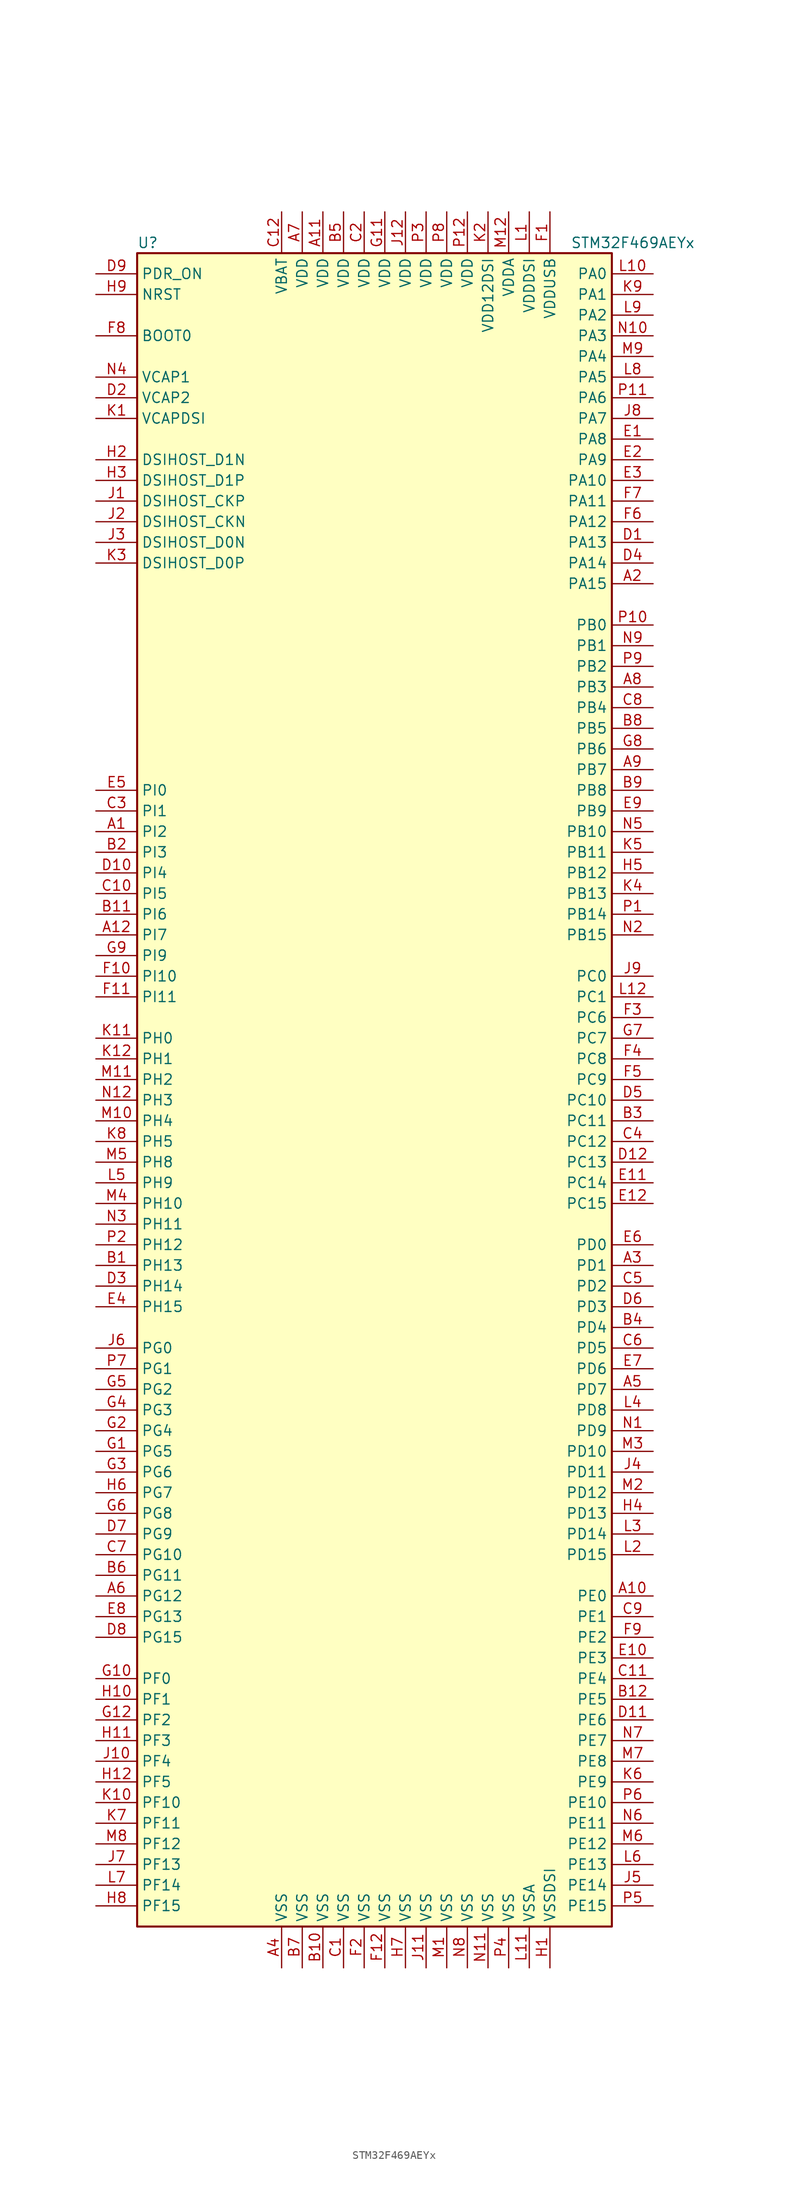
<source format=kicad_sym>
(kicad_symbol_lib
  (version 20201005)
  (generator kicad_symbol_editor)
  (symbol "STM32F469AEYx"
    (property "Reference" "U"
      (at -30.48 102.87 0)
      (effects (font (size 1.27 1.27)) (justify left)))
    (property "Value" "STM32F469AEYx"
      (at 22.86 102.87 0)
      (effects (font (size 1.27 1.27)) (justify left)))
    (symbol "STM32F469AEYx_0_1"
      (rectangle (start -30.48 -104.14) (end 27.94 101.6) (stroke (width 0.254)) (fill (type background))))
    (symbol "STM32F469AEYx_1_1"
      (pin bidirectional line (at -35.56 30.48 0) (length 5.08) (name "PI2" (effects (font (size 1.27 1.27)))) (number "A1" (effects (font (size 1.27 1.27)))))
      (pin bidirectional line (at 33.02 -63.5 180) (length 5.08) (name "PE0" (effects (font (size 1.27 1.27)))) (number "A10" (effects (font (size 1.27 1.27)))))
      (pin power_in line (at -7.62 106.68 270) (length 5.08) (name "VDD" (effects (font (size 1.27 1.27)))) (number "A11" (effects (font (size 1.27 1.27)))))
      (pin bidirectional line (at -35.56 17.78 0) (length 5.08) (name "PI7" (effects (font (size 1.27 1.27)))) (number "A12" (effects (font (size 1.27 1.27)))))
      (pin bidirectional line (at 33.02 60.96 180) (length 5.08) (name "PA15" (effects (font (size 1.27 1.27)))) (number "A2" (effects (font (size 1.27 1.27)))))
      (pin bidirectional line (at 33.02 -22.86 180) (length 5.08) (name "PD1" (effects (font (size 1.27 1.27)))) (number "A3" (effects (font (size 1.27 1.27)))))
      (pin power_in line (at -12.7 -109.22 90) (length 5.08) (name "VSS" (effects (font (size 1.27 1.27)))) (number "A4" (effects (font (size 1.27 1.27)))))
      (pin bidirectional line (at 33.02 -38.1 180) (length 5.08) (name "PD7" (effects (font (size 1.27 1.27)))) (number "A5" (effects (font (size 1.27 1.27)))))
      (pin bidirectional line (at -35.56 -63.5 0) (length 5.08) (name "PG12" (effects (font (size 1.27 1.27)))) (number "A6" (effects (font (size 1.27 1.27)))))
      (pin power_in line (at -10.16 106.68 270) (length 5.08) (name "VDD" (effects (font (size 1.27 1.27)))) (number "A7" (effects (font (size 1.27 1.27)))))
      (pin bidirectional line (at 33.02 48.26 180) (length 5.08) (name "PB3" (effects (font (size 1.27 1.27)))) (number "A8" (effects (font (size 1.27 1.27)))))
      (pin bidirectional line (at 33.02 38.1 180) (length 5.08) (name "PB7" (effects (font (size 1.27 1.27)))) (number "A9" (effects (font (size 1.27 1.27)))))
      (pin bidirectional line (at -35.56 -22.86 0) (length 5.08) (name "PH13" (effects (font (size 1.27 1.27)))) (number "B1" (effects (font (size 1.27 1.27)))))
      (pin power_in line (at -7.62 -109.22 90) (length 5.08) (name "VSS" (effects (font (size 1.27 1.27)))) (number "B10" (effects (font (size 1.27 1.27)))))
      (pin bidirectional line (at -35.56 20.32 0) (length 5.08) (name "PI6" (effects (font (size 1.27 1.27)))) (number "B11" (effects (font (size 1.27 1.27)))))
      (pin bidirectional line (at 33.02 -76.2 180) (length 5.08) (name "PE5" (effects (font (size 1.27 1.27)))) (number "B12" (effects (font (size 1.27 1.27)))))
      (pin bidirectional line (at -35.56 27.94 0) (length 5.08) (name "PI3" (effects (font (size 1.27 1.27)))) (number "B2" (effects (font (size 1.27 1.27)))))
      (pin bidirectional line (at 33.02 -5.08 180) (length 5.08) (name "PC11" (effects (font (size 1.27 1.27)))) (number "B3" (effects (font (size 1.27 1.27)))))
      (pin bidirectional line (at 33.02 -30.48 180) (length 5.08) (name "PD4" (effects (font (size 1.27 1.27)))) (number "B4" (effects (font (size 1.27 1.27)))))
      (pin power_in line (at -5.08 106.68 270) (length 5.08) (name "VDD" (effects (font (size 1.27 1.27)))) (number "B5" (effects (font (size 1.27 1.27)))))
      (pin bidirectional line (at -35.56 -60.96 0) (length 5.08) (name "PG11" (effects (font (size 1.27 1.27)))) (number "B6" (effects (font (size 1.27 1.27)))))
      (pin power_in line (at -10.16 -109.22 90) (length 5.08) (name "VSS" (effects (font (size 1.27 1.27)))) (number "B7" (effects (font (size 1.27 1.27)))))
      (pin bidirectional line (at 33.02 43.18 180) (length 5.08) (name "PB5" (effects (font (size 1.27 1.27)))) (number "B8" (effects (font (size 1.27 1.27)))))
      (pin bidirectional line (at 33.02 35.56 180) (length 5.08) (name "PB8" (effects (font (size 1.27 1.27)))) (number "B9" (effects (font (size 1.27 1.27)))))
      (pin power_in line (at -5.08 -109.22 90) (length 5.08) (name "VSS" (effects (font (size 1.27 1.27)))) (number "C1" (effects (font (size 1.27 1.27)))))
      (pin bidirectional line (at -35.56 22.86 0) (length 5.08) (name "PI5" (effects (font (size 1.27 1.27)))) (number "C10" (effects (font (size 1.27 1.27)))))
      (pin bidirectional line (at 33.02 -73.66 180) (length 5.08) (name "PE4" (effects (font (size 1.27 1.27)))) (number "C11" (effects (font (size 1.27 1.27)))))
      (pin power_in line (at -12.7 106.68 270) (length 5.08) (name "VBAT" (effects (font (size 1.27 1.27)))) (number "C12" (effects (font (size 1.27 1.27)))))
      (pin power_in line (at -2.54 106.68 270) (length 5.08) (name "VDD" (effects (font (size 1.27 1.27)))) (number "C2" (effects (font (size 1.27 1.27)))))
      (pin bidirectional line (at -35.56 33.02 0) (length 5.08) (name "PI1" (effects (font (size 1.27 1.27)))) (number "C3" (effects (font (size 1.27 1.27)))))
      (pin bidirectional line (at 33.02 -7.62 180) (length 5.08) (name "PC12" (effects (font (size 1.27 1.27)))) (number "C4" (effects (font (size 1.27 1.27)))))
      (pin bidirectional line (at 33.02 -25.4 180) (length 5.08) (name "PD2" (effects (font (size 1.27 1.27)))) (number "C5" (effects (font (size 1.27 1.27)))))
      (pin bidirectional line (at 33.02 -33.02 180) (length 5.08) (name "PD5" (effects (font (size 1.27 1.27)))) (number "C6" (effects (font (size 1.27 1.27)))))
      (pin bidirectional line (at -35.56 -58.42 0) (length 5.08) (name "PG10" (effects (font (size 1.27 1.27)))) (number "C7" (effects (font (size 1.27 1.27)))))
      (pin bidirectional line (at 33.02 45.72 180) (length 5.08) (name "PB4" (effects (font (size 1.27 1.27)))) (number "C8" (effects (font (size 1.27 1.27)))))
      (pin bidirectional line (at 33.02 -66.04 180) (length 5.08) (name "PE1" (effects (font (size 1.27 1.27)))) (number "C9" (effects (font (size 1.27 1.27)))))
      (pin bidirectional line (at 33.02 66.04 180) (length 5.08) (name "PA13" (effects (font (size 1.27 1.27)))) (number "D1" (effects (font (size 1.27 1.27)))))
      (pin bidirectional line (at -35.56 25.4 0) (length 5.08) (name "PI4" (effects (font (size 1.27 1.27)))) (number "D10" (effects (font (size 1.27 1.27)))))
      (pin bidirectional line (at 33.02 -78.74 180) (length 5.08) (name "PE6" (effects (font (size 1.27 1.27)))) (number "D11" (effects (font (size 1.27 1.27)))))
      (pin bidirectional line (at 33.02 -10.16 180) (length 5.08) (name "PC13" (effects (font (size 1.27 1.27)))) (number "D12" (effects (font (size 1.27 1.27)))))
      (pin power_in line (at -35.56 83.82 0) (length 5.08) (name "VCAP2" (effects (font (size 1.27 1.27)))) (number "D2" (effects (font (size 1.27 1.27)))))
      (pin bidirectional line (at -35.56 -25.4 0) (length 5.08) (name "PH14" (effects (font (size 1.27 1.27)))) (number "D3" (effects (font (size 1.27 1.27)))))
      (pin bidirectional line (at 33.02 63.5 180) (length 5.08) (name "PA14" (effects (font (size 1.27 1.27)))) (number "D4" (effects (font (size 1.27 1.27)))))
      (pin bidirectional line (at 33.02 -2.54 180) (length 5.08) (name "PC10" (effects (font (size 1.27 1.27)))) (number "D5" (effects (font (size 1.27 1.27)))))
      (pin bidirectional line (at 33.02 -27.94 180) (length 5.08) (name "PD3" (effects (font (size 1.27 1.27)))) (number "D6" (effects (font (size 1.27 1.27)))))
      (pin bidirectional line (at -35.56 -55.88 0) (length 5.08) (name "PG9" (effects (font (size 1.27 1.27)))) (number "D7" (effects (font (size 1.27 1.27)))))
      (pin bidirectional line (at -35.56 -68.58 0) (length 5.08) (name "PG15" (effects (font (size 1.27 1.27)))) (number "D8" (effects (font (size 1.27 1.27)))))
      (pin input line (at -35.56 99.06 0) (length 5.08) (name "PDR_ON" (effects (font (size 1.27 1.27)))) (number "D9" (effects (font (size 1.27 1.27)))))
      (pin bidirectional line (at 33.02 78.74 180) (length 5.08) (name "PA8" (effects (font (size 1.27 1.27)))) (number "E1" (effects (font (size 1.27 1.27)))))
      (pin bidirectional line (at 33.02 -71.12 180) (length 5.08) (name "PE3" (effects (font (size 1.27 1.27)))) (number "E10" (effects (font (size 1.27 1.27)))))
      (pin bidirectional line (at 33.02 -12.7 180) (length 5.08) (name "PC14" (effects (font (size 1.27 1.27)))) (number "E11" (effects (font (size 1.27 1.27)))))
      (pin bidirectional line (at 33.02 -15.24 180) (length 5.08) (name "PC15" (effects (font (size 1.27 1.27)))) (number "E12" (effects (font (size 1.27 1.27)))))
      (pin bidirectional line (at 33.02 76.2 180) (length 5.08) (name "PA9" (effects (font (size 1.27 1.27)))) (number "E2" (effects (font (size 1.27 1.27)))))
      (pin bidirectional line (at 33.02 73.66 180) (length 5.08) (name "PA10" (effects (font (size 1.27 1.27)))) (number "E3" (effects (font (size 1.27 1.27)))))
      (pin bidirectional line (at -35.56 -27.94 0) (length 5.08) (name "PH15" (effects (font (size 1.27 1.27)))) (number "E4" (effects (font (size 1.27 1.27)))))
      (pin bidirectional line (at -35.56 35.56 0) (length 5.08) (name "PI0" (effects (font (size 1.27 1.27)))) (number "E5" (effects (font (size 1.27 1.27)))))
      (pin bidirectional line (at 33.02 -20.32 180) (length 5.08) (name "PD0" (effects (font (size 1.27 1.27)))) (number "E6" (effects (font (size 1.27 1.27)))))
      (pin bidirectional line (at 33.02 -35.56 180) (length 5.08) (name "PD6" (effects (font (size 1.27 1.27)))) (number "E7" (effects (font (size 1.27 1.27)))))
      (pin bidirectional line (at -35.56 -66.04 0) (length 5.08) (name "PG13" (effects (font (size 1.27 1.27)))) (number "E8" (effects (font (size 1.27 1.27)))))
      (pin bidirectional line (at 33.02 33.02 180) (length 5.08) (name "PB9" (effects (font (size 1.27 1.27)))) (number "E9" (effects (font (size 1.27 1.27)))))
      (pin power_in line (at 20.32 106.68 270) (length 5.08) (name "VDDUSB" (effects (font (size 1.27 1.27)))) (number "F1" (effects (font (size 1.27 1.27)))))
      (pin bidirectional line (at -35.56 12.7 0) (length 5.08) (name "PI10" (effects (font (size 1.27 1.27)))) (number "F10" (effects (font (size 1.27 1.27)))))
      (pin bidirectional line (at -35.56 10.16 0) (length 5.08) (name "PI11" (effects (font (size 1.27 1.27)))) (number "F11" (effects (font (size 1.27 1.27)))))
      (pin power_in line (at 0 -109.22 90) (length 5.08) (name "VSS" (effects (font (size 1.27 1.27)))) (number "F12" (effects (font (size 1.27 1.27)))))
      (pin power_in line (at -2.54 -109.22 90) (length 5.08) (name "VSS" (effects (font (size 1.27 1.27)))) (number "F2" (effects (font (size 1.27 1.27)))))
      (pin bidirectional line (at 33.02 7.62 180) (length 5.08) (name "PC6" (effects (font (size 1.27 1.27)))) (number "F3" (effects (font (size 1.27 1.27)))))
      (pin bidirectional line (at 33.02 2.54 180) (length 5.08) (name "PC8" (effects (font (size 1.27 1.27)))) (number "F4" (effects (font (size 1.27 1.27)))))
      (pin bidirectional line (at 33.02 0 180) (length 5.08) (name "PC9" (effects (font (size 1.27 1.27)))) (number "F5" (effects (font (size 1.27 1.27)))))
      (pin bidirectional line (at 33.02 68.58 180) (length 5.08) (name "PA12" (effects (font (size 1.27 1.27)))) (number "F6" (effects (font (size 1.27 1.27)))))
      (pin bidirectional line (at 33.02 71.12 180) (length 5.08) (name "PA11" (effects (font (size 1.27 1.27)))) (number "F7" (effects (font (size 1.27 1.27)))))
      (pin input line (at -35.56 91.44 0) (length 5.08) (name "BOOT0" (effects (font (size 1.27 1.27)))) (number "F8" (effects (font (size 1.27 1.27)))))
      (pin bidirectional line (at 33.02 -68.58 180) (length 5.08) (name "PE2" (effects (font (size 1.27 1.27)))) (number "F9" (effects (font (size 1.27 1.27)))))
      (pin bidirectional line (at -35.56 -45.72 0) (length 5.08) (name "PG5" (effects (font (size 1.27 1.27)))) (number "G1" (effects (font (size 1.27 1.27)))))
      (pin bidirectional line (at -35.56 -73.66 0) (length 5.08) (name "PF0" (effects (font (size 1.27 1.27)))) (number "G10" (effects (font (size 1.27 1.27)))))
      (pin power_in line (at 0 106.68 270) (length 5.08) (name "VDD" (effects (font (size 1.27 1.27)))) (number "G11" (effects (font (size 1.27 1.27)))))
      (pin bidirectional line (at -35.56 -78.74 0) (length 5.08) (name "PF2" (effects (font (size 1.27 1.27)))) (number "G12" (effects (font (size 1.27 1.27)))))
      (pin bidirectional line (at -35.56 -43.18 0) (length 5.08) (name "PG4" (effects (font (size 1.27 1.27)))) (number "G2" (effects (font (size 1.27 1.27)))))
      (pin bidirectional line (at -35.56 -48.26 0) (length 5.08) (name "PG6" (effects (font (size 1.27 1.27)))) (number "G3" (effects (font (size 1.27 1.27)))))
      (pin bidirectional line (at -35.56 -40.64 0) (length 5.08) (name "PG3" (effects (font (size 1.27 1.27)))) (number "G4" (effects (font (size 1.27 1.27)))))
      (pin bidirectional line (at -35.56 -38.1 0) (length 5.08) (name "PG2" (effects (font (size 1.27 1.27)))) (number "G5" (effects (font (size 1.27 1.27)))))
      (pin bidirectional line (at -35.56 -53.34 0) (length 5.08) (name "PG8" (effects (font (size 1.27 1.27)))) (number "G6" (effects (font (size 1.27 1.27)))))
      (pin bidirectional line (at 33.02 5.08 180) (length 5.08) (name "PC7" (effects (font (size 1.27 1.27)))) (number "G7" (effects (font (size 1.27 1.27)))))
      (pin bidirectional line (at 33.02 40.64 180) (length 5.08) (name "PB6" (effects (font (size 1.27 1.27)))) (number "G8" (effects (font (size 1.27 1.27)))))
      (pin bidirectional line (at -35.56 15.24 0) (length 5.08) (name "PI9" (effects (font (size 1.27 1.27)))) (number "G9" (effects (font (size 1.27 1.27)))))
      (pin power_in line (at 20.32 -109.22 90) (length 5.08) (name "VSSDSI" (effects (font (size 1.27 1.27)))) (number "H1" (effects (font (size 1.27 1.27)))))
      (pin bidirectional line (at -35.56 -76.2 0) (length 5.08) (name "PF1" (effects (font (size 1.27 1.27)))) (number "H10" (effects (font (size 1.27 1.27)))))
      (pin bidirectional line (at -35.56 -81.28 0) (length 5.08) (name "PF3" (effects (font (size 1.27 1.27)))) (number "H11" (effects (font (size 1.27 1.27)))))
      (pin bidirectional line (at -35.56 -86.36 0) (length 5.08) (name "PF5" (effects (font (size 1.27 1.27)))) (number "H12" (effects (font (size 1.27 1.27)))))
      (pin bidirectional line (at -35.56 76.2 0) (length 5.08) (name "DSIHOST_D1N" (effects (font (size 1.27 1.27)))) (number "H2" (effects (font (size 1.27 1.27)))))
      (pin bidirectional line (at -35.56 73.66 0) (length 5.08) (name "DSIHOST_D1P" (effects (font (size 1.27 1.27)))) (number "H3" (effects (font (size 1.27 1.27)))))
      (pin bidirectional line (at 33.02 -53.34 180) (length 5.08) (name "PD13" (effects (font (size 1.27 1.27)))) (number "H4" (effects (font (size 1.27 1.27)))))
      (pin bidirectional line (at 33.02 25.4 180) (length 5.08) (name "PB12" (effects (font (size 1.27 1.27)))) (number "H5" (effects (font (size 1.27 1.27)))))
      (pin bidirectional line (at -35.56 -50.8 0) (length 5.08) (name "PG7" (effects (font (size 1.27 1.27)))) (number "H6" (effects (font (size 1.27 1.27)))))
      (pin power_in line (at 2.54 -109.22 90) (length 5.08) (name "VSS" (effects (font (size 1.27 1.27)))) (number "H7" (effects (font (size 1.27 1.27)))))
      (pin bidirectional line (at -35.56 -101.6 0) (length 5.08) (name "PF15" (effects (font (size 1.27 1.27)))) (number "H8" (effects (font (size 1.27 1.27)))))
      (pin input line (at -35.56 96.52 0) (length 5.08) (name "NRST" (effects (font (size 1.27 1.27)))) (number "H9" (effects (font (size 1.27 1.27)))))
      (pin bidirectional line (at -35.56 71.12 0) (length 5.08) (name "DSIHOST_CKP" (effects (font (size 1.27 1.27)))) (number "J1" (effects (font (size 1.27 1.27)))))
      (pin bidirectional line (at -35.56 -83.82 0) (length 5.08) (name "PF4" (effects (font (size 1.27 1.27)))) (number "J10" (effects (font (size 1.27 1.27)))))
      (pin power_in line (at 5.08 -109.22 90) (length 5.08) (name "VSS" (effects (font (size 1.27 1.27)))) (number "J11" (effects (font (size 1.27 1.27)))))
      (pin power_in line (at 2.54 106.68 270) (length 5.08) (name "VDD" (effects (font (size 1.27 1.27)))) (number "J12" (effects (font (size 1.27 1.27)))))
      (pin bidirectional line (at -35.56 68.58 0) (length 5.08) (name "DSIHOST_CKN" (effects (font (size 1.27 1.27)))) (number "J2" (effects (font (size 1.27 1.27)))))
      (pin bidirectional line (at -35.56 66.04 0) (length 5.08) (name "DSIHOST_D0N" (effects (font (size 1.27 1.27)))) (number "J3" (effects (font (size 1.27 1.27)))))
      (pin bidirectional line (at 33.02 -48.26 180) (length 5.08) (name "PD11" (effects (font (size 1.27 1.27)))) (number "J4" (effects (font (size 1.27 1.27)))))
      (pin bidirectional line (at 33.02 -99.06 180) (length 5.08) (name "PE14" (effects (font (size 1.27 1.27)))) (number "J5" (effects (font (size 1.27 1.27)))))
      (pin bidirectional line (at -35.56 -33.02 0) (length 5.08) (name "PG0" (effects (font (size 1.27 1.27)))) (number "J6" (effects (font (size 1.27 1.27)))))
      (pin bidirectional line (at -35.56 -96.52 0) (length 5.08) (name "PF13" (effects (font (size 1.27 1.27)))) (number "J7" (effects (font (size 1.27 1.27)))))
      (pin bidirectional line (at 33.02 81.28 180) (length 5.08) (name "PA7" (effects (font (size 1.27 1.27)))) (number "J8" (effects (font (size 1.27 1.27)))))
      (pin bidirectional line (at 33.02 12.7 180) (length 5.08) (name "PC0" (effects (font (size 1.27 1.27)))) (number "J9" (effects (font (size 1.27 1.27)))))
      (pin power_in line (at -35.56 81.28 0) (length 5.08) (name "VCAPDSI" (effects (font (size 1.27 1.27)))) (number "K1" (effects (font (size 1.27 1.27)))))
      (pin bidirectional line (at -35.56 -88.9 0) (length 5.08) (name "PF10" (effects (font (size 1.27 1.27)))) (number "K10" (effects (font (size 1.27 1.27)))))
      (pin input line (at -35.56 5.08 0) (length 5.08) (name "PH0" (effects (font (size 1.27 1.27)))) (number "K11" (effects (font (size 1.27 1.27)))))
      (pin input line (at -35.56 2.54 0) (length 5.08) (name "PH1" (effects (font (size 1.27 1.27)))) (number "K12" (effects (font (size 1.27 1.27)))))
      (pin power_in line (at 12.7 106.68 270) (length 5.08) (name "VDD12DSI" (effects (font (size 1.27 1.27)))) (number "K2" (effects (font (size 1.27 1.27)))))
      (pin bidirectional line (at -35.56 63.5 0) (length 5.08) (name "DSIHOST_D0P" (effects (font (size 1.27 1.27)))) (number "K3" (effects (font (size 1.27 1.27)))))
      (pin bidirectional line (at 33.02 22.86 180) (length 5.08) (name "PB13" (effects (font (size 1.27 1.27)))) (number "K4" (effects (font (size 1.27 1.27)))))
      (pin bidirectional line (at 33.02 27.94 180) (length 5.08) (name "PB11" (effects (font (size 1.27 1.27)))) (number "K5" (effects (font (size 1.27 1.27)))))
      (pin bidirectional line (at 33.02 -86.36 180) (length 5.08) (name "PE9" (effects (font (size 1.27 1.27)))) (number "K6" (effects (font (size 1.27 1.27)))))
      (pin bidirectional line (at -35.56 -91.44 0) (length 5.08) (name "PF11" (effects (font (size 1.27 1.27)))) (number "K7" (effects (font (size 1.27 1.27)))))
      (pin bidirectional line (at -35.56 -7.62 0) (length 5.08) (name "PH5" (effects (font (size 1.27 1.27)))) (number "K8" (effects (font (size 1.27 1.27)))))
      (pin bidirectional line (at 33.02 96.52 180) (length 5.08) (name "PA1" (effects (font (size 1.27 1.27)))) (number "K9" (effects (font (size 1.27 1.27)))))
      (pin power_in line (at 17.78 106.68 270) (length 5.08) (name "VDDDSI" (effects (font (size 1.27 1.27)))) (number "L1" (effects (font (size 1.27 1.27)))))
      (pin bidirectional line (at 33.02 99.06 180) (length 5.08) (name "PA0" (effects (font (size 1.27 1.27)))) (number "L10" (effects (font (size 1.27 1.27)))))
      (pin power_in line (at 17.78 -109.22 90) (length 5.08) (name "VSSA" (effects (font (size 1.27 1.27)))) (number "L11" (effects (font (size 1.27 1.27)))))
      (pin bidirectional line (at 33.02 10.16 180) (length 5.08) (name "PC1" (effects (font (size 1.27 1.27)))) (number "L12" (effects (font (size 1.27 1.27)))))
      (pin bidirectional line (at 33.02 -58.42 180) (length 5.08) (name "PD15" (effects (font (size 1.27 1.27)))) (number "L2" (effects (font (size 1.27 1.27)))))
      (pin bidirectional line (at 33.02 -55.88 180) (length 5.08) (name "PD14" (effects (font (size 1.27 1.27)))) (number "L3" (effects (font (size 1.27 1.27)))))
      (pin bidirectional line (at 33.02 -40.64 180) (length 5.08) (name "PD8" (effects (font (size 1.27 1.27)))) (number "L4" (effects (font (size 1.27 1.27)))))
      (pin bidirectional line (at -35.56 -12.7 0) (length 5.08) (name "PH9" (effects (font (size 1.27 1.27)))) (number "L5" (effects (font (size 1.27 1.27)))))
      (pin bidirectional line (at 33.02 -96.52 180) (length 5.08) (name "PE13" (effects (font (size 1.27 1.27)))) (number "L6" (effects (font (size 1.27 1.27)))))
      (pin bidirectional line (at -35.56 -99.06 0) (length 5.08) (name "PF14" (effects (font (size 1.27 1.27)))) (number "L7" (effects (font (size 1.27 1.27)))))
      (pin bidirectional line (at 33.02 86.36 180) (length 5.08) (name "PA5" (effects (font (size 1.27 1.27)))) (number "L8" (effects (font (size 1.27 1.27)))))
      (pin bidirectional line (at 33.02 93.98 180) (length 5.08) (name "PA2" (effects (font (size 1.27 1.27)))) (number "L9" (effects (font (size 1.27 1.27)))))
      (pin power_in line (at 7.62 -109.22 90) (length 5.08) (name "VSS" (effects (font (size 1.27 1.27)))) (number "M1" (effects (font (size 1.27 1.27)))))
      (pin bidirectional line (at -35.56 -5.08 0) (length 5.08) (name "PH4" (effects (font (size 1.27 1.27)))) (number "M10" (effects (font (size 1.27 1.27)))))
      (pin bidirectional line (at -35.56 0 0) (length 5.08) (name "PH2" (effects (font (size 1.27 1.27)))) (number "M11" (effects (font (size 1.27 1.27)))))
      (pin power_in line (at 15.24 106.68 270) (length 5.08) (name "VDDA" (effects (font (size 1.27 1.27)))) (number "M12" (effects (font (size 1.27 1.27)))))
      (pin bidirectional line (at 33.02 -50.8 180) (length 5.08) (name "PD12" (effects (font (size 1.27 1.27)))) (number "M2" (effects (font (size 1.27 1.27)))))
      (pin bidirectional line (at 33.02 -45.72 180) (length 5.08) (name "PD10" (effects (font (size 1.27 1.27)))) (number "M3" (effects (font (size 1.27 1.27)))))
      (pin bidirectional line (at -35.56 -15.24 0) (length 5.08) (name "PH10" (effects (font (size 1.27 1.27)))) (number "M4" (effects (font (size 1.27 1.27)))))
      (pin bidirectional line (at -35.56 -10.16 0) (length 5.08) (name "PH8" (effects (font (size 1.27 1.27)))) (number "M5" (effects (font (size 1.27 1.27)))))
      (pin bidirectional line (at 33.02 -93.98 180) (length 5.08) (name "PE12" (effects (font (size 1.27 1.27)))) (number "M6" (effects (font (size 1.27 1.27)))))
      (pin bidirectional line (at 33.02 -83.82 180) (length 5.08) (name "PE8" (effects (font (size 1.27 1.27)))) (number "M7" (effects (font (size 1.27 1.27)))))
      (pin bidirectional line (at -35.56 -93.98 0) (length 5.08) (name "PF12" (effects (font (size 1.27 1.27)))) (number "M8" (effects (font (size 1.27 1.27)))))
      (pin bidirectional line (at 33.02 88.9 180) (length 5.08) (name "PA4" (effects (font (size 1.27 1.27)))) (number "M9" (effects (font (size 1.27 1.27)))))
      (pin bidirectional line (at 33.02 -43.18 180) (length 5.08) (name "PD9" (effects (font (size 1.27 1.27)))) (number "N1" (effects (font (size 1.27 1.27)))))
      (pin bidirectional line (at 33.02 91.44 180) (length 5.08) (name "PA3" (effects (font (size 1.27 1.27)))) (number "N10" (effects (font (size 1.27 1.27)))))
      (pin power_in line (at 12.7 -109.22 90) (length 5.08) (name "VSS" (effects (font (size 1.27 1.27)))) (number "N11" (effects (font (size 1.27 1.27)))))
      (pin bidirectional line (at -35.56 -2.54 0) (length 5.08) (name "PH3" (effects (font (size 1.27 1.27)))) (number "N12" (effects (font (size 1.27 1.27)))))
      (pin bidirectional line (at 33.02 17.78 180) (length 5.08) (name "PB15" (effects (font (size 1.27 1.27)))) (number "N2" (effects (font (size 1.27 1.27)))))
      (pin bidirectional line (at -35.56 -17.78 0) (length 5.08) (name "PH11" (effects (font (size 1.27 1.27)))) (number "N3" (effects (font (size 1.27 1.27)))))
      (pin power_in line (at -35.56 86.36 0) (length 5.08) (name "VCAP1" (effects (font (size 1.27 1.27)))) (number "N4" (effects (font (size 1.27 1.27)))))
      (pin bidirectional line (at 33.02 30.48 180) (length 5.08) (name "PB10" (effects (font (size 1.27 1.27)))) (number "N5" (effects (font (size 1.27 1.27)))))
      (pin bidirectional line (at 33.02 -91.44 180) (length 5.08) (name "PE11" (effects (font (size 1.27 1.27)))) (number "N6" (effects (font (size 1.27 1.27)))))
      (pin bidirectional line (at 33.02 -81.28 180) (length 5.08) (name "PE7" (effects (font (size 1.27 1.27)))) (number "N7" (effects (font (size 1.27 1.27)))))
      (pin power_in line (at 10.16 -109.22 90) (length 5.08) (name "VSS" (effects (font (size 1.27 1.27)))) (number "N8" (effects (font (size 1.27 1.27)))))
      (pin bidirectional line (at 33.02 53.34 180) (length 5.08) (name "PB1" (effects (font (size 1.27 1.27)))) (number "N9" (effects (font (size 1.27 1.27)))))
      (pin bidirectional line (at 33.02 20.32 180) (length 5.08) (name "PB14" (effects (font (size 1.27 1.27)))) (number "P1" (effects (font (size 1.27 1.27)))))
      (pin bidirectional line (at 33.02 55.88 180) (length 5.08) (name "PB0" (effects (font (size 1.27 1.27)))) (number "P10" (effects (font (size 1.27 1.27)))))
      (pin bidirectional line (at 33.02 83.82 180) (length 5.08) (name "PA6" (effects (font (size 1.27 1.27)))) (number "P11" (effects (font (size 1.27 1.27)))))
      (pin power_in line (at 10.16 106.68 270) (length 5.08) (name "VDD" (effects (font (size 1.27 1.27)))) (number "P12" (effects (font (size 1.27 1.27)))))
      (pin bidirectional line (at -35.56 -20.32 0) (length 5.08) (name "PH12" (effects (font (size 1.27 1.27)))) (number "P2" (effects (font (size 1.27 1.27)))))
      (pin power_in line (at 5.08 106.68 270) (length 5.08) (name "VDD" (effects (font (size 1.27 1.27)))) (number "P3" (effects (font (size 1.27 1.27)))))
      (pin power_in line (at 15.24 -109.22 90) (length 5.08) (name "VSS" (effects (font (size 1.27 1.27)))) (number "P4" (effects (font (size 1.27 1.27)))))
      (pin bidirectional line (at 33.02 -101.6 180) (length 5.08) (name "PE15" (effects (font (size 1.27 1.27)))) (number "P5" (effects (font (size 1.27 1.27)))))
      (pin bidirectional line (at 33.02 -88.9 180) (length 5.08) (name "PE10" (effects (font (size 1.27 1.27)))) (number "P6" (effects (font (size 1.27 1.27)))))
      (pin bidirectional line (at -35.56 -35.56 0) (length 5.08) (name "PG1" (effects (font (size 1.27 1.27)))) (number "P7" (effects (font (size 1.27 1.27)))))
      (pin power_in line (at 7.62 106.68 270) (length 5.08) (name "VDD" (effects (font (size 1.27 1.27)))) (number "P8" (effects (font (size 1.27 1.27)))))
      (pin bidirectional line (at 33.02 50.8 180) (length 5.08) (name "PB2" (effects (font (size 1.27 1.27)))) (number "P9" (effects (font (size 1.27 1.27))))))))
</source>
